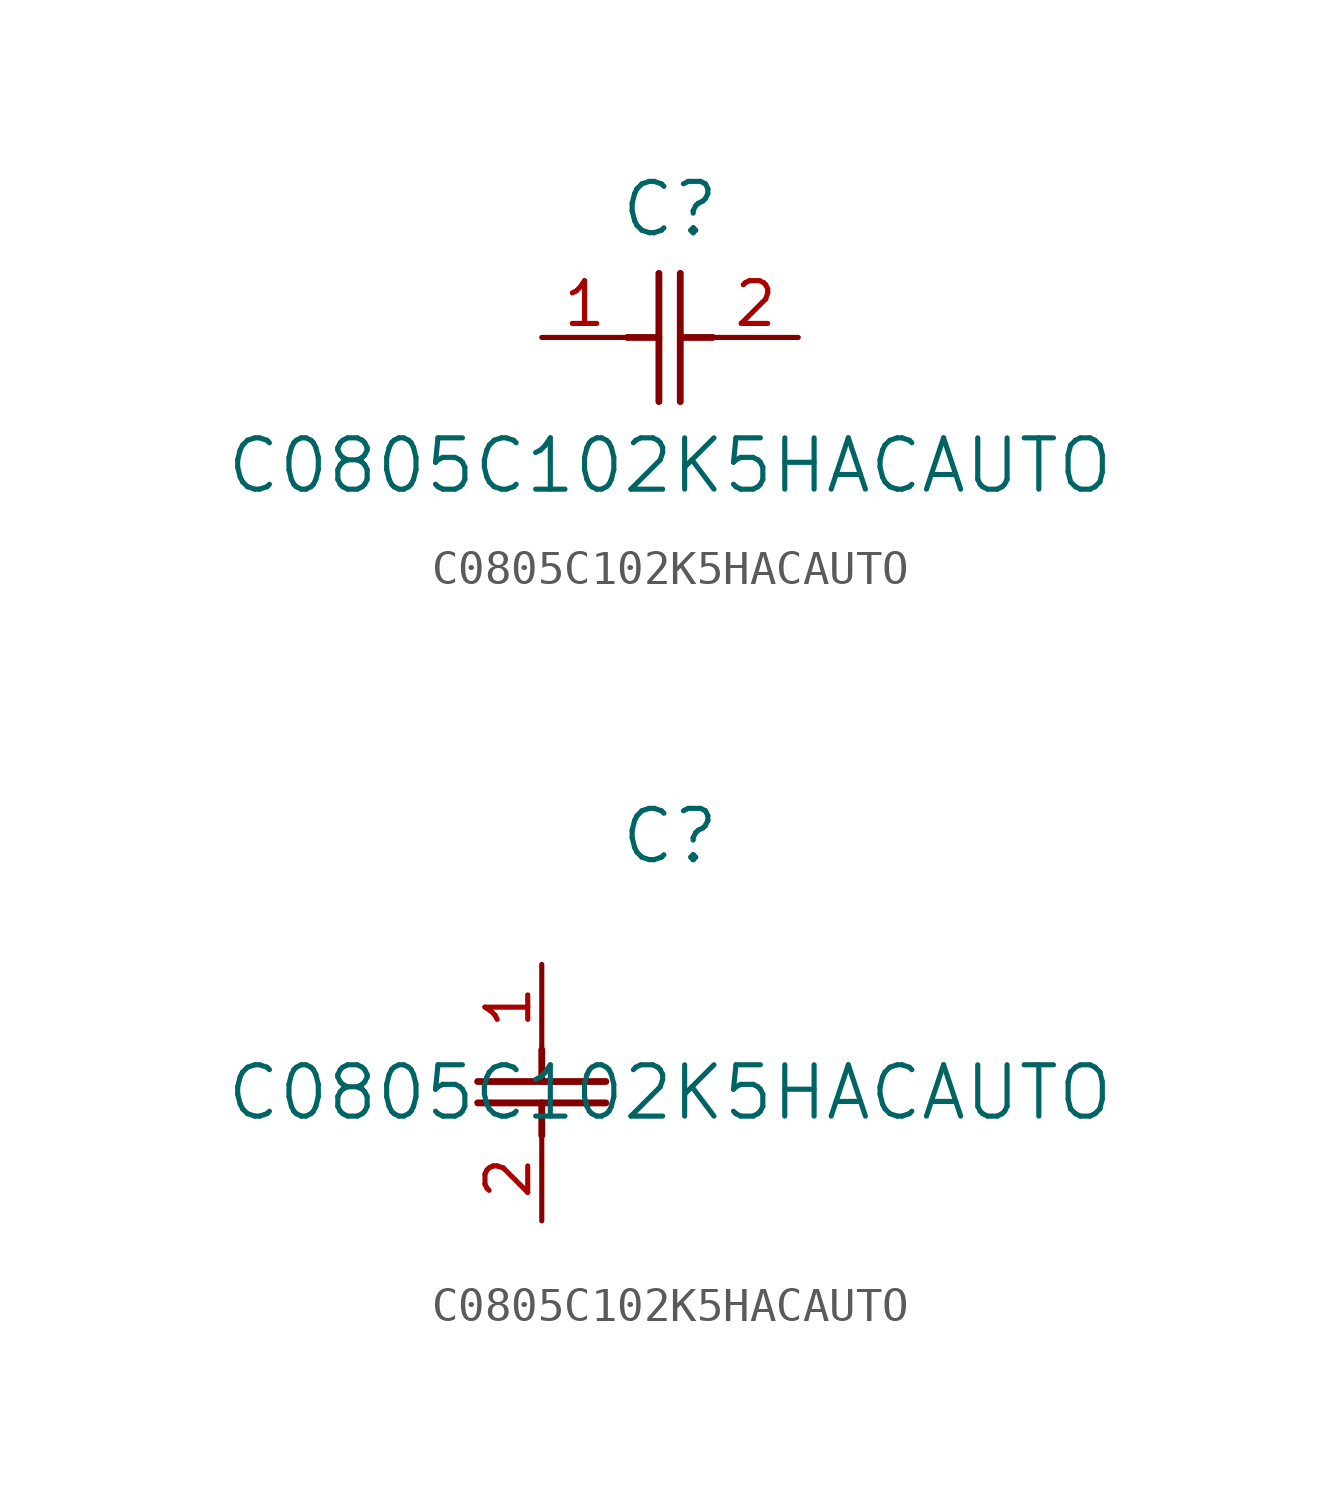
<source format=kicad_sym>
(kicad_symbol_lib
  (version 20211014)
  (generator kicad_symbol_editor)
  (symbol "C0805C102K5HACAUTO"
    (pin_names
      (offset 0.254))
    (property "Reference" "C"
      (at 3.81 3.81 0)
      (effects (font (size 1.524 1.524))))
    (property "Value" "C0805C102K5HACAUTO"
      (at 3.81 -3.81 0)
      (effects (font (size 1.524 1.524))))
    (symbol "C0805C102K5HACAUTO_1_1"
      (polyline (pts (xy 3.48 -1.905) (xy 3.48 1.905)) (stroke (width 0.203) (type default) (color 0 0 0 0)) (fill (type none)))
      (polyline (pts (xy 4.115 -1.905) (xy 4.115 1.905)) (stroke (width 0.203) (type default) (color 0 0 0 0)) (fill (type none)))
      (polyline (pts (xy 4.115 0) (xy 5.08 0)) (stroke (width 0.203) (type default) (color 0 0 0 0)) (fill (type none)))
      (polyline (pts (xy 2.54 0) (xy 3.48 0)) (stroke (width 0.203) (type default) (color 0 0 0 0)) (fill (type none)))
      (pin unspecified line (at 0 0 0) (length 2.54) (name "" (effects (font (size 1.27 1.27)))) (number "1" (effects (font (size 1.27 1.27)))))
      (pin unspecified line (at 7.62 0 180) (length 2.54) (name "" (effects (font (size 1.27 1.27)))) (number "2" (effects (font (size 1.27 1.27))))))
    (symbol "C0805C102K5HACAUTO_1_2"
      (polyline (pts (xy -1.905 -3.48) (xy 1.905 -3.48)) (stroke (width 0.203) (type default) (color 0 0 0 0)) (fill (type none)))
      (polyline (pts (xy -1.905 -4.115) (xy 1.905 -4.115)) (stroke (width 0.203) (type default) (color 0 0 0 0)) (fill (type none)))
      (polyline (pts (xy 0 -4.115) (xy 0 -5.08)) (stroke (width 0.203) (type default) (color 0 0 0 0)) (fill (type none)))
      (polyline (pts (xy 0 -2.54) (xy 0 -3.48)) (stroke (width 0.203) (type default) (color 0 0 0 0)) (fill (type none)))
      (pin unspecified line (at 0 0 270) (length 2.54) (name "" (effects (font (size 1.27 1.27)))) (number "1" (effects (font (size 1.27 1.27)))))
      (pin unspecified line (at 0 -7.62 90) (length 2.54) (name "" (effects (font (size 1.27 1.27)))) (number "2" (effects (font (size 1.27 1.27))))))))
</source>
